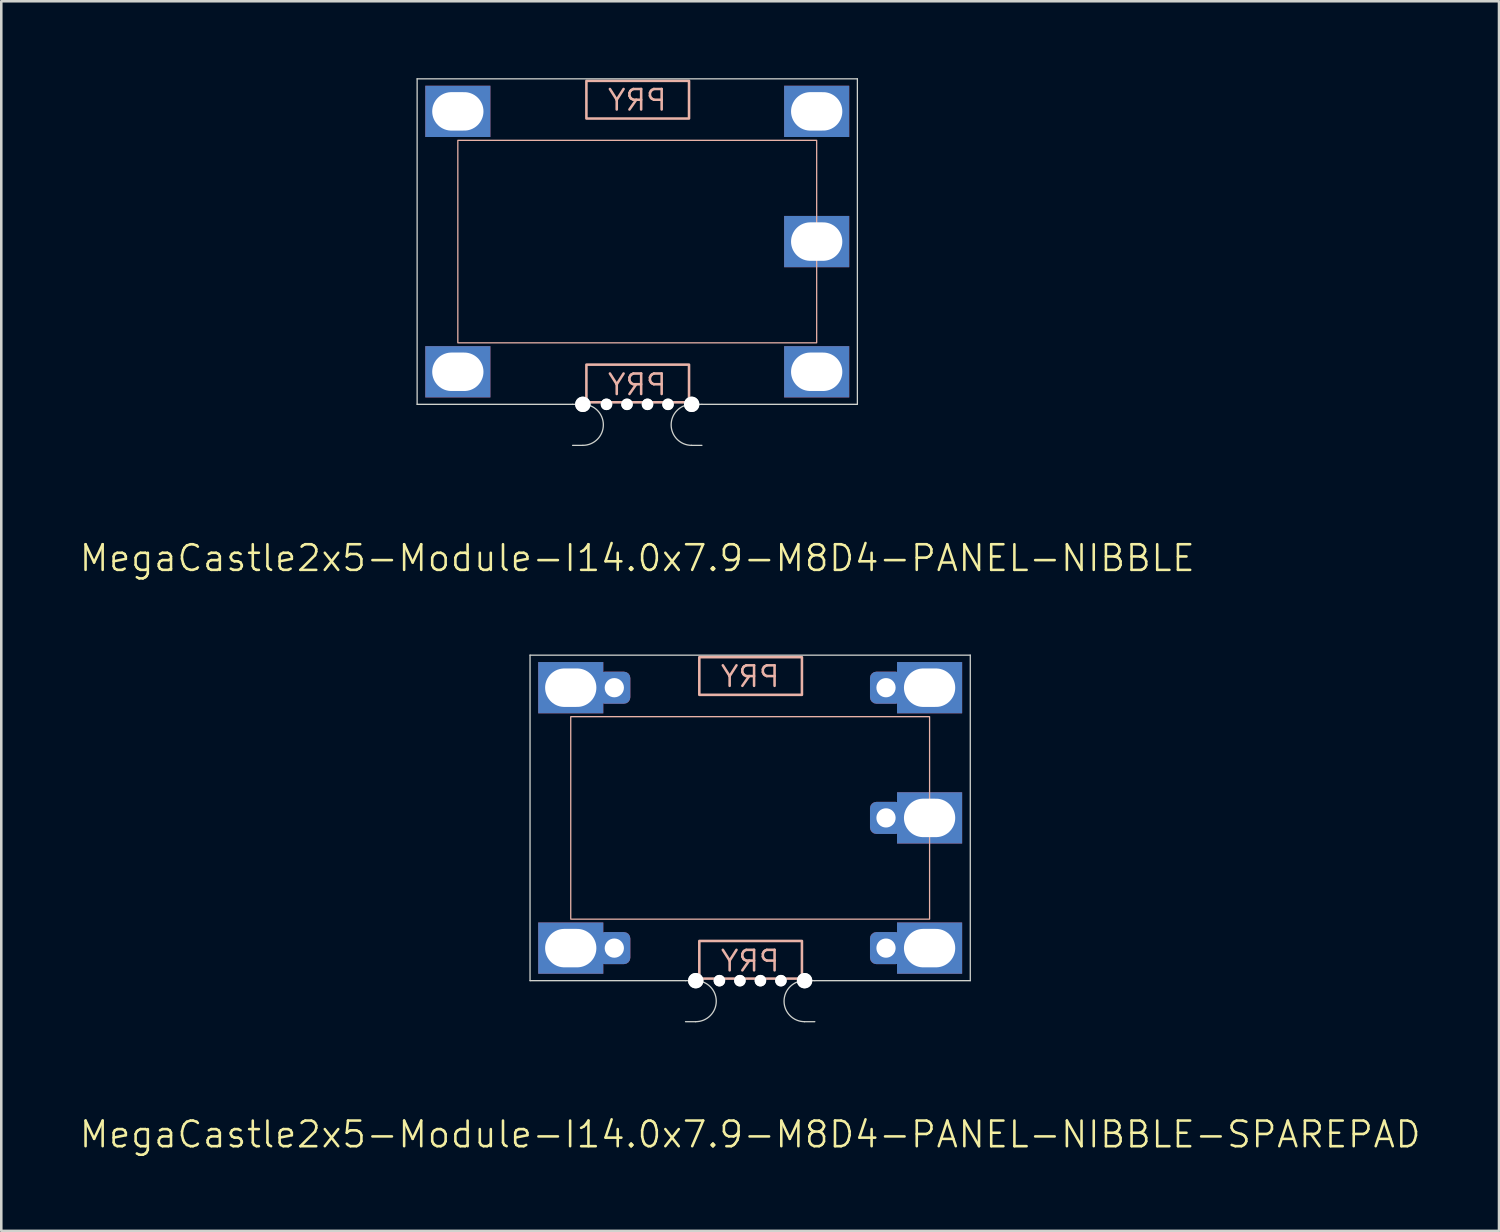
<source format=kicad_pcb>
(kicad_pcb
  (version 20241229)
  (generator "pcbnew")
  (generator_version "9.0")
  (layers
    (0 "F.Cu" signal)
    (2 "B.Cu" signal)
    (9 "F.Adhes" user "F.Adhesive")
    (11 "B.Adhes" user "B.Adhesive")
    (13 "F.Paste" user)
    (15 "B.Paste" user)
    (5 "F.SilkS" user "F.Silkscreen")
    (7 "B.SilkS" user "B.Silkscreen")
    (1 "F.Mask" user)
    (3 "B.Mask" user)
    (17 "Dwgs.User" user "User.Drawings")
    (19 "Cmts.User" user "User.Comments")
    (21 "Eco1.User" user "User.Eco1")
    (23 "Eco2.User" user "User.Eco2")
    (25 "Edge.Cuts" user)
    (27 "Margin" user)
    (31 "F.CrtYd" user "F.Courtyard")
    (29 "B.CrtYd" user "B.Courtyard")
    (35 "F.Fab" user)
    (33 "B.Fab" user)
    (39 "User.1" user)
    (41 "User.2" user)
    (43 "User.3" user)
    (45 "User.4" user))
  (footprint "MegaCastle2x5-Module-I14.0x7.9-M8D4-PANEL-NIBBLE"
    (layer "F.Cu")
    (at 21.812 6.375)
    (property "Reference" "MegaCastle2x5-Module-I14.0x7.9-M8D4-PANEL-NIBBLE" (at 0 12.35 0) (unlocked yes) (layer "F.SilkS") (effects (font (size 1 1) (thickness 0.1))))
    (attr smd)
    (fp_rect (start -7 3.95) (end 7 -3.95) (stroke (width 0.05) (type default)) (fill no) (layer "B.SilkS"))
    (fp_rect (start -1.984 -4.801) (end 2.02 -6.27) (stroke (width 0.1) (type default)) (fill no) (layer "B.SilkS"))
    (fp_rect (start -1.984 4.801) (end 2.02 6.27) (stroke (width 0.1) (type default)) (fill no) (layer "B.SilkS"))
    (fp_line (start -8.588 -6.35) (end -8.588 6.35) (stroke (width 0.05) (type default)) (layer "Edge.Cuts"))
    (fp_line (start -8.588 -6.35) (end 8.588 -6.35) (stroke (width 0.05) (type default)) (layer "Edge.Cuts"))
    (fp_line (start -8.588 6.35) (end -2.522 6.35) (stroke (width 0.05) (type default)) (layer "Edge.Cuts"))
    (fp_line (start -2.522 6.35) (end -2.123 6.35) (stroke (width 0.05) (type default)) (layer "Edge.Cuts"))
    (fp_line (start -2.522 7.95) (end -2.123 7.95) (stroke (width 0.05) (type default)) (layer "Edge.Cuts"))
    (fp_line (start 2.522 6.35) (end 2.123 6.35) (stroke (width 0.05) (type default)) (layer "Edge.Cuts"))
    (fp_line (start 2.522 6.35) (end 8.588 6.35) (stroke (width 0.05) (type default)) (layer "Edge.Cuts"))
    (fp_line (start 2.522 7.95) (end 2.123 7.95) (stroke (width 0.05) (type default)) (layer "Edge.Cuts"))
    (fp_line (start 8.588 -6.35) (end 8.588 6.35) (stroke (width 0.05) (type default)) (layer "Edge.Cuts"))
    (fp_arc (start -2.1225 6.35) (mid -1.3225 7.15) (end -2.1225 7.95) (stroke (width 0.05) (type default)) (layer "Edge.Cuts"))
    (fp_arc (start 2.1225 7.95) (mid 1.3225 7.15) (end 2.1225 6.35) (stroke (width 0.05) (type default)) (layer "Edge.Cuts"))
    (fp_text user "PRY" (at 0 -5.05 0) (unlocked yes) (layer "B.SilkS") (effects (font (size 0.8 0.8) (thickness 0.1)) (justify bottom mirror)))
    (fp_text user "PRY" (at 0 6.05 0) (unlocked yes) (layer "B.SilkS") (effects (font (size 0.8 0.8) (thickness 0.1)) (justify bottom mirror)))
    (pad "" np_thru_hole circle (at -2.123 6.35) (size 0.6 0.6) (drill 0.6) (layers "*.Cu" "Edge.Cuts"))
    (pad "" np_thru_hole circle (at -1.2 6.35) (size 0.45 0.45) (drill 0.45) (layers "*.Cu" "Edge.Cuts"))
    (pad "" np_thru_hole circle (at -0.4 6.35) (size 0.45 0.45) (drill 0.45) (layers "*.Cu" "Edge.Cuts"))
    (pad "" np_thru_hole circle (at 0.4 6.35) (size 0.45 0.45) (drill 0.45) (layers "*.Cu" "Edge.Cuts"))
    (pad "" np_thru_hole circle (at 1.2 6.35) (size 0.45 0.45) (drill 0.45) (layers "*.Cu" "Edge.Cuts"))
    (pad "" np_thru_hole circle (at 2.123 6.35) (size 0.6 0.6) (drill 0.6) (layers "*.Cu" "Edge.Cuts"))
    (pad "1" thru_hole rect (at -7 -5.08) (size 2.54 2) (drill oval 2 1.5) (property pad_prop_castellated) (layers "*.Cu" "*.Mask"))
    (pad "5" thru_hole rect (at -7 5.08) (size 2.54 2) (drill oval 2 1.5) (property pad_prop_castellated) (layers "*.Cu" "*.Mask"))
    (pad "6" thru_hole rect (at 7 -5.08) (size 2.54 2) (drill oval 2 1.5) (property pad_prop_castellated) (layers "*.Cu" "*.Mask"))
    (pad "8" thru_hole rect (at 7 0) (size 2.54 2) (drill oval 2 1.5) (property pad_prop_castellated) (layers "*.Cu" "*.Mask"))
    (pad "10" thru_hole rect (at 7 5.08) (size 2.54 2) (drill oval 2 1.5) (property pad_prop_castellated) (layers "*.Cu" "*.Mask"))
    (zone (net_name "") (layer "B.Cu") (hatch edge 0.5) (connect_pads) (min_thickness 0.25) (filled_areas_thickness no) (keepout (tracks allowed) (vias allowed) (pads allowed) (copperpour allowed) (footprints not_allowed)) (placement (enabled no)) (fill) (polygon (pts (xy 14.812 12.725) (xy 14.812 0.025))))
    (zone (net_name "") (layer "B.Cu") (hatch edge 0.5) (connect_pads) (min_thickness 0.25) (filled_areas_thickness no) (keepout (tracks allowed) (vias allowed) (pads allowed) (copperpour allowed) (footprints not_allowed)) (placement (enabled no)) (fill) (polygon (pts (xy 28.812 12.725) (xy 28.812 0.025))))
    (zone (net_name "") (layer "B.Cu") (hatch edge 0.5) (connect_pads) (min_thickness 0.25) (filled_areas_thickness no) (keepout (tracks allowed) (vias allowed) (pads allowed) (copperpour allowed) (footprints not_allowed)) (placement (enabled no)) (fill) (polygon (pts (xy 14.812 0.025) (xy 14.812 2.425) (xy 28.812 2.425) (xy 28.812 0.025))))
    (zone (net_name "") (layer "B.Cu") (hatch edge 0.5) (connect_pads) (min_thickness 0.25) (filled_areas_thickness no) (keepout (tracks allowed) (vias allowed) (pads allowed) (copperpour allowed) (footprints not_allowed)) (placement (enabled no)) (fill) (polygon (pts (xy 14.812 12.725) (xy 14.812 10.325) (xy 28.812 10.325) (xy 28.812 12.725))))
    (zone (net_name "") (layer "B.Cu") (name "Upper Pry Zone") (hatch edge 0.5) (connect_pads) (min_thickness 0.25) (filled_areas_thickness no) (keepout (tracks not_allowed) (vias not_allowed) (pads not_allowed) (copperpour allowed) (footprints not_allowed)) (placement (enabled no)) (fill) (polygon (pts (xy 19.828 1.574) (xy 19.828 0.105) (xy 23.831 0.105) (xy 23.831 1.574))))
    (zone (net_name "") (layer "B.Cu") (name "Upper Pry Zone") (hatch edge 0.5) (connect_pads) (min_thickness 0.25) (filled_areas_thickness no) (keepout (tracks not_allowed) (vias not_allowed) (pads not_allowed) (copperpour allowed) (footprints not_allowed)) (placement (enabled no)) (fill) (polygon (pts (xy 19.828 11.176) (xy 19.828 12.645) (xy 23.831 12.645) (xy 23.831 11.176)))))
  (footprint "MegaCastle2x5-Module-I14.0x7.9-M8D4-PANEL-NIBBLE-SPAREPAD"
    (layer "F.Cu")
    (at 26.217 28.86)
    (property "Reference" "MegaCastle2x5-Module-I14.0x7.9-M8D4-PANEL-NIBBLE-SPAREPAD" (at 0 12.35 0) (unlocked yes) (layer "F.SilkS") (effects (font (size 1 1) (thickness 0.1))))
    (attr smd)
    (fp_rect (start -7 3.95) (end 7 -3.95) (stroke (width 0.05) (type default)) (fill no) (layer "B.SilkS"))
    (fp_rect (start -1.984 -4.801) (end 2.02 -6.27) (stroke (width 0.1) (type default)) (fill no) (layer "B.SilkS"))
    (fp_rect (start -1.984 4.801) (end 2.02 6.27) (stroke (width 0.1) (type default)) (fill no) (layer "B.SilkS"))
    (fp_line (start -8.588 -6.35) (end -8.588 6.35) (stroke (width 0.05) (type default)) (layer "Edge.Cuts"))
    (fp_line (start -8.588 -6.35) (end 8.588 -6.35) (stroke (width 0.05) (type default)) (layer "Edge.Cuts"))
    (fp_line (start -8.588 6.35) (end -2.522 6.35) (stroke (width 0.05) (type default)) (layer "Edge.Cuts"))
    (fp_line (start -2.522 6.35) (end -2.123 6.35) (stroke (width 0.05) (type default)) (layer "Edge.Cuts"))
    (fp_line (start -2.522 7.95) (end -2.123 7.95) (stroke (width 0.05) (type default)) (layer "Edge.Cuts"))
    (fp_line (start 2.522 6.35) (end 2.123 6.35) (stroke (width 0.05) (type default)) (layer "Edge.Cuts"))
    (fp_line (start 2.522 6.35) (end 8.588 6.35) (stroke (width 0.05) (type default)) (layer "Edge.Cuts"))
    (fp_line (start 2.522 7.95) (end 2.123 7.95) (stroke (width 0.05) (type default)) (layer "Edge.Cuts"))
    (fp_line (start 8.588 -6.35) (end 8.588 6.35) (stroke (width 0.05) (type default)) (layer "Edge.Cuts"))
    (fp_arc (start -2.1225 6.35) (mid -1.3225 7.15) (end -2.1225 7.95) (stroke (width 0.05) (type default)) (layer "Edge.Cuts"))
    (fp_arc (start 2.1225 7.95) (mid 1.3225 7.15) (end 2.1225 6.35) (stroke (width 0.05) (type default)) (layer "Edge.Cuts"))
    (fp_text user "PRY" (at 0 6.05 0) (unlocked yes) (layer "B.SilkS") (effects (font (size 0.8 0.8) (thickness 0.1)) (justify bottom mirror)))
    (fp_text user "PRY" (at 0 -5.05 0) (unlocked yes) (layer "B.SilkS") (effects (font (size 0.8 0.8) (thickness 0.1)) (justify bottom mirror)))
    (pad "" np_thru_hole circle (at -2.123 6.35) (size 0.6 0.6) (drill 0.6) (layers "*.Cu" "Edge.Cuts"))
    (pad "" np_thru_hole circle (at -1.2 6.35) (size 0.45 0.45) (drill 0.45) (layers "*.Cu" "Edge.Cuts"))
    (pad "" np_thru_hole circle (at -0.4 6.35) (size 0.45 0.45) (drill 0.45) (layers "*.Cu" "Edge.Cuts"))
    (pad "" np_thru_hole circle (at 0.4 6.35) (size 0.45 0.45) (drill 0.45) (layers "*.Cu" "Edge.Cuts"))
    (pad "" np_thru_hole circle (at 1.2 6.35) (size 0.45 0.45) (drill 0.45) (layers "*.Cu" "Edge.Cuts"))
    (pad "" np_thru_hole circle (at 2.123 6.35) (size 0.6 0.6) (drill 0.6) (layers "*.Cu" "Edge.Cuts"))
    (pad "1" thru_hole rect (at -7 -5.08) (size 2.54 2) (drill oval 2 1.5) (property pad_prop_castellated) (layers "*.Cu" "*.Mask"))
    (pad "1" thru_hole roundrect (at -5.3 -5.08 180) (size 1.25 1.25) (drill 0.75) (layers "*.Cu" "*.Mask") (roundrect_rratio 0.2))
    (pad "5" thru_hole rect (at -7 5.08) (size 2.54 2) (drill oval 2 1.5) (property pad_prop_castellated) (layers "*.Cu" "*.Mask"))
    (pad "5" thru_hole roundrect (at -5.3 5.08 180) (size 1.25 1.25) (drill 0.75) (layers "*.Cu" "*.Mask") (roundrect_rratio 0.2))
    (pad "6" thru_hole roundrect (at 5.3 -5.08 180) (size 1.25 1.25) (drill 0.75) (layers "*.Cu" "*.Mask") (roundrect_rratio 0.2))
    (pad "6" thru_hole rect (at 7 -5.08) (size 2.54 2) (drill oval 2 1.5) (property pad_prop_castellated) (layers "*.Cu" "*.Mask"))
    (pad "8" thru_hole roundrect (at 5.3 0 180) (size 1.25 1.25) (drill 0.75) (layers "*.Cu" "*.Mask") (roundrect_rratio 0.2))
    (pad "8" thru_hole rect (at 7 0) (size 2.54 2) (drill oval 2 1.5) (property pad_prop_castellated) (layers "*.Cu" "*.Mask"))
    (pad "10" thru_hole roundrect (at 5.3 5.08 180) (size 1.25 1.25) (drill 0.75) (layers "*.Cu" "*.Mask") (roundrect_rratio 0.2))
    (pad "10" thru_hole rect (at 7 5.08) (size 2.54 2) (drill oval 2 1.5) (property pad_prop_castellated) (layers "*.Cu" "*.Mask"))
    (zone (net_name "") (layer "B.Cu") (hatch edge 0.5) (connect_pads) (min_thickness 0.25) (filled_areas_thickness no) (keepout (tracks allowed) (vias allowed) (pads allowed) (copperpour allowed) (footprints not_allowed)) (placement (enabled no)) (fill) (polygon (pts (xy 19.217 35.211) (xy 19.217 22.511))))
    (zone (net_name "") (layer "B.Cu") (hatch edge 0.5) (connect_pads) (min_thickness 0.25) (filled_areas_thickness no) (keepout (tracks allowed) (vias allowed) (pads allowed) (copperpour allowed) (footprints not_allowed)) (placement (enabled no)) (fill) (polygon (pts (xy 33.217 35.211) (xy 33.217 22.511))))
    (zone (net_name "") (layer "B.Cu") (hatch edge 0.5) (connect_pads) (min_thickness 0.25) (filled_areas_thickness no) (keepout (tracks allowed) (vias allowed) (pads allowed) (copperpour allowed) (footprints not_allowed)) (placement (enabled no)) (fill) (polygon (pts (xy 19.217 22.511) (xy 19.217 24.91) (xy 33.217 24.91) (xy 33.217 22.511))))
    (zone (net_name "") (layer "B.Cu") (hatch edge 0.5) (connect_pads) (min_thickness 0.25) (filled_areas_thickness no) (keepout (tracks allowed) (vias allowed) (pads allowed) (copperpour allowed) (footprints not_allowed)) (placement (enabled no)) (fill) (polygon (pts (xy 19.217 35.211) (xy 19.217 32.81) (xy 33.217 32.81) (xy 33.217 35.211))))
    (zone (net_name "") (layer "B.Cu") (name "Upper Pry Zone") (hatch edge 0.5) (connect_pads) (min_thickness 0.25) (filled_areas_thickness no) (keepout (tracks not_allowed) (vias not_allowed) (pads not_allowed) (copperpour allowed) (footprints not_allowed)) (placement (enabled no)) (fill) (polygon (pts (xy 24.232 24.059) (xy 24.232 22.59) (xy 28.236 22.59) (xy 28.236 24.059))))
    (zone (net_name "") (layer "B.Cu") (name "Upper Pry Zone") (hatch edge 0.5) (connect_pads) (min_thickness 0.25) (filled_areas_thickness no) (keepout (tracks not_allowed) (vias not_allowed) (pads not_allowed) (copperpour allowed) (footprints not_allowed)) (placement (enabled no)) (fill) (polygon (pts (xy 24.232 33.662) (xy 24.232 35.13) (xy 28.236 35.13) (xy 28.236 33.662)))))
  (gr_rect
    (start -3 -3)
    (end 55.433 44.971)
    (stroke (width 0.1) (type default))
    (fill no)
    (layer "Edge.Cuts")))
</source>
